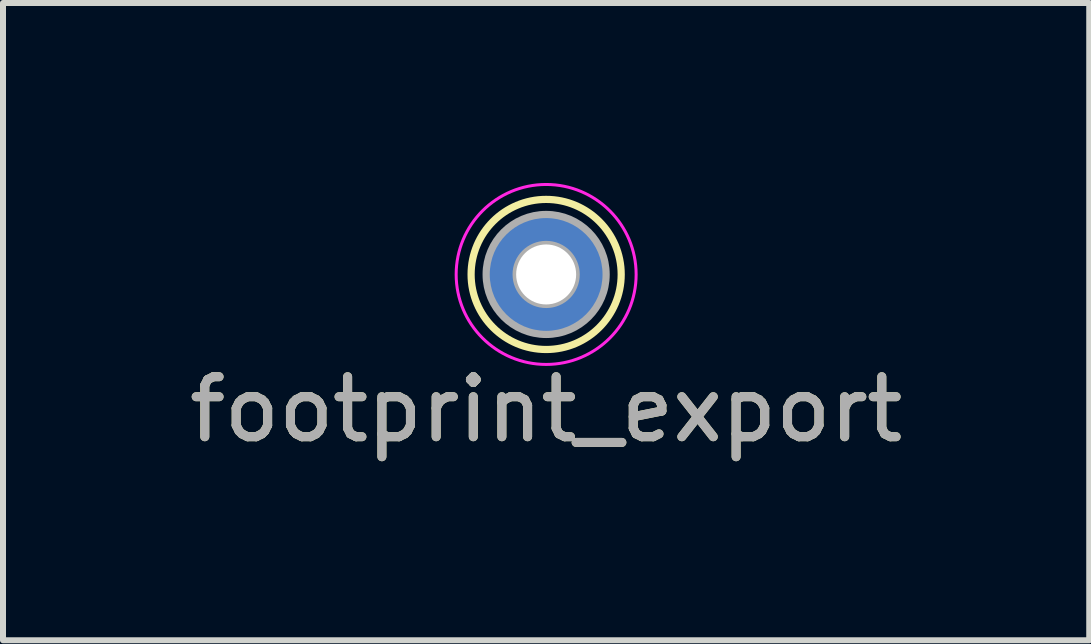
<source format=kicad_pcb>
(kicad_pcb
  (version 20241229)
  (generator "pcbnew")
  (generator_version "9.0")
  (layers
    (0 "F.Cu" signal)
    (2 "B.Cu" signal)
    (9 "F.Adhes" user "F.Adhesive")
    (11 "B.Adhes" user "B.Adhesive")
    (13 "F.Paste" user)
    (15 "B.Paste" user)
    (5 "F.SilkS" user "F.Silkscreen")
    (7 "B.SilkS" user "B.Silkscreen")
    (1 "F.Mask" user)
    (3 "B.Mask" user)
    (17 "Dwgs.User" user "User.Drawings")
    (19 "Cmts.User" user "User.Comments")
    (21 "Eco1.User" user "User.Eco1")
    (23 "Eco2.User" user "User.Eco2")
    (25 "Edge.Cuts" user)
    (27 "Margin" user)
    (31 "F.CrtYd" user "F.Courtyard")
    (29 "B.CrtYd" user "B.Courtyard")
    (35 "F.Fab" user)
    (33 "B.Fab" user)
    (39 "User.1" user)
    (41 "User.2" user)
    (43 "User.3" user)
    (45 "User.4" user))
  (footprint "footprint_export"
    (layer "F.Cu")
    (at 6.054 1.525)
    (property "Reference" "footprint_export" (at 0 2.25 0) (layer "F.SilkS") (effects (font (size 1 1) (thickness 0.15))))
    (attr through_hole)
    (fp_circle (center 0 0) (end 1.25 0.05) (stroke (width 0.12) (type solid)) (fill no) (layer "F.SilkS"))
    (fp_circle (center 0 0) (end 1.5 0) (stroke (width 0.05) (type solid)) (fill no) (layer "F.CrtYd"))
    (fp_circle (center 0 0) (end 0.5 0) (stroke (width 0.12) (type solid)) (fill no) (layer "F.Fab"))
    (fp_circle (center 0 0) (end 1 0) (stroke (width 0.12) (type solid)) (fill no) (layer "F.Fab"))
    (fp_text user "${REFERENCE}" (at 0 2.25 0) (layer "F.Fab") (effects (font (size 1 1) (thickness 0.15))))
    (pad "1" thru_hole circle (at 0 0) (size 2 2) (drill 1) (layers "*.Cu" "*.Mask")))
  (gr_rect
    (start -3 -3)
    (end 15.107 7.623)
    (stroke (width 0.1) (type default))
    (fill no)
    (layer "Edge.Cuts")))
</source>
